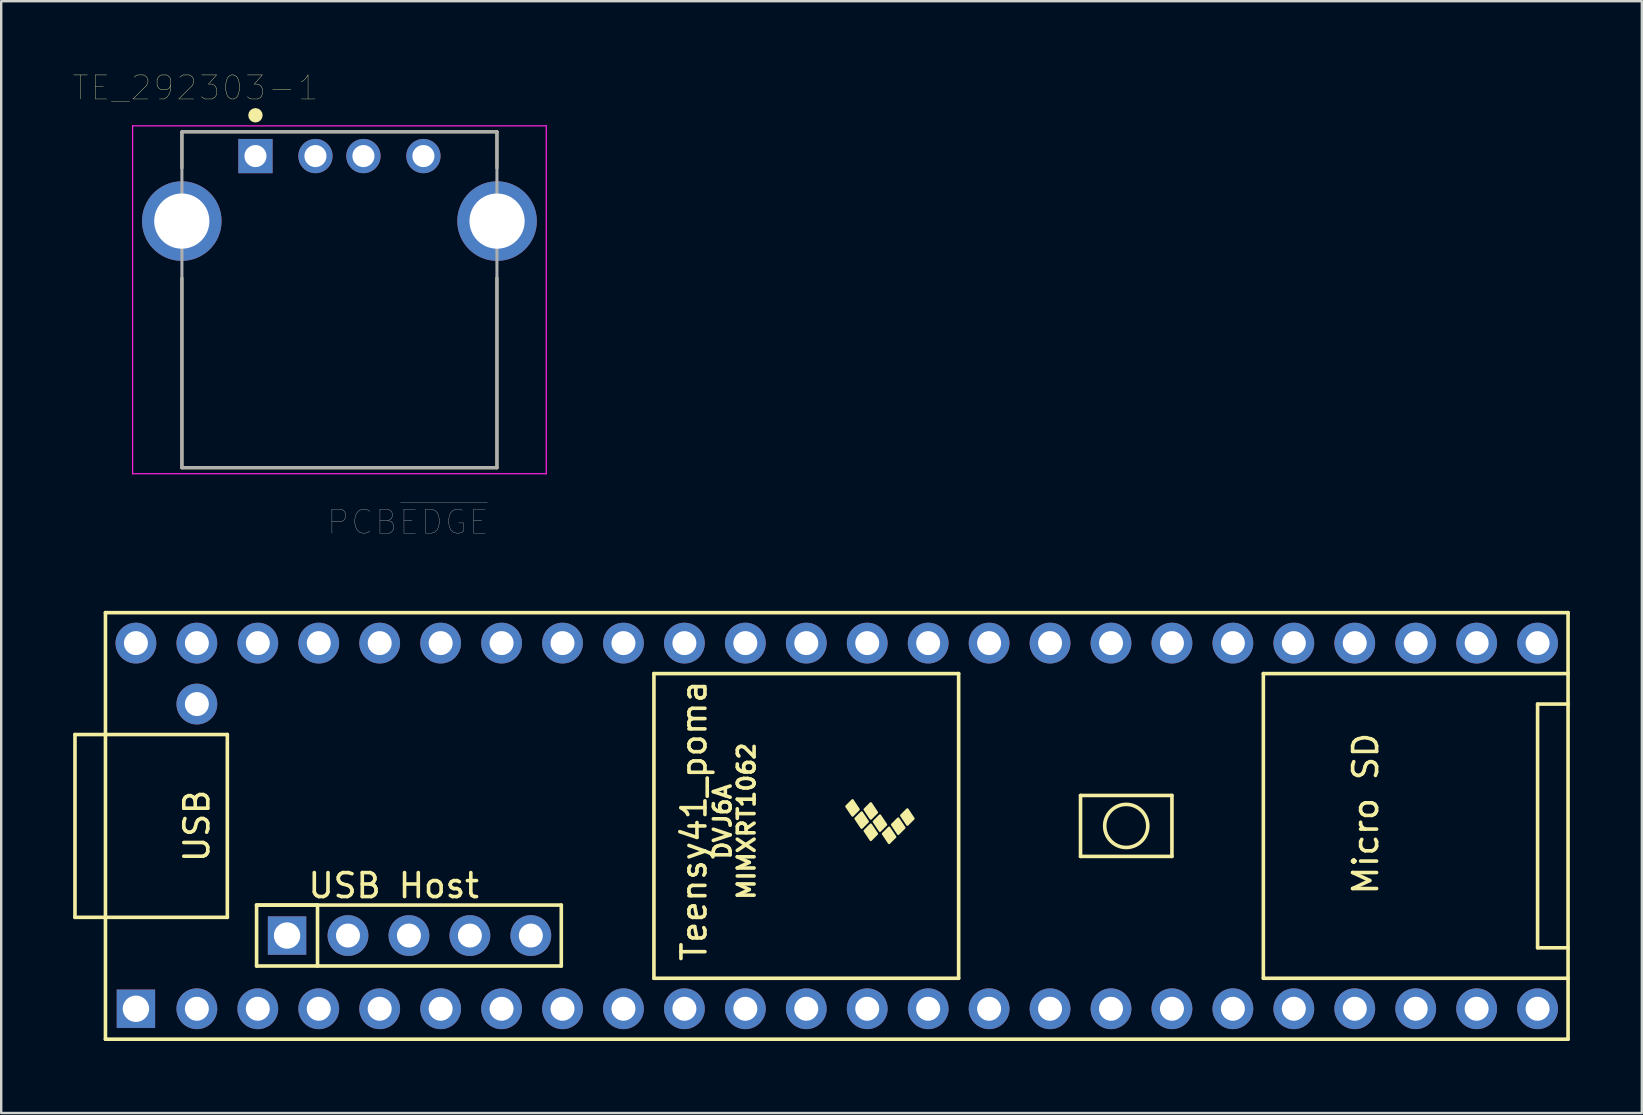
<source format=kicad_pcb>
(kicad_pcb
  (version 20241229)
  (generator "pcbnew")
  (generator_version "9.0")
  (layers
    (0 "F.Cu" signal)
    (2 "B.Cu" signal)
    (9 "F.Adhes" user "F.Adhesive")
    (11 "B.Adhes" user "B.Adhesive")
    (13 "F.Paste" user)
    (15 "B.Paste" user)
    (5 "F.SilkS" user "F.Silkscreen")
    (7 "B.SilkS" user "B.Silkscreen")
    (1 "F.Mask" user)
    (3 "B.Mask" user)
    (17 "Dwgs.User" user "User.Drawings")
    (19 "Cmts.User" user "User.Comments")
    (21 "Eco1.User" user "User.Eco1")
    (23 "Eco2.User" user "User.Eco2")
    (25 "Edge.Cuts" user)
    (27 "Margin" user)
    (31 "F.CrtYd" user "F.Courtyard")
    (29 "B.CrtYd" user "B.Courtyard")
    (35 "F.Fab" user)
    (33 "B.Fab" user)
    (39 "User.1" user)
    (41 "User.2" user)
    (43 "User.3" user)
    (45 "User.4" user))
  (footprint "Teensy41_poma"
    (layer "F.Cu")
    (at 31.825 31.374)
    (property "Reference" "Teensy41_poma" (at -5.949 -0.213 90) (layer "F.SilkS") (effects (font (size 1 1) (thickness 0.15))))
    (attr through_hole)
    (fp_line (start -31.75 -3.81) (end -30.48 -3.81) (stroke (width 0.15) (type solid)) (layer "F.SilkS"))
    (fp_line (start -31.75 3.81) (end -31.75 -3.81) (stroke (width 0.15) (type solid)) (layer "F.SilkS"))
    (fp_line (start -30.48 -8.89) (end 30.48 -8.89) (stroke (width 0.15) (type solid)) (layer "F.SilkS"))
    (fp_line (start -30.48 3.81) (end -31.75 3.81) (stroke (width 0.15) (type solid)) (layer "F.SilkS"))
    (fp_line (start -30.48 8.89) (end -30.48 -8.89) (stroke (width 0.15) (type solid)) (layer "F.SilkS"))
    (fp_line (start -25.4 -3.81) (end -30.48 -3.81) (stroke (width 0.15) (type solid)) (layer "F.SilkS"))
    (fp_line (start -25.4 3.81) (end -30.48 3.81) (stroke (width 0.15) (type solid)) (layer "F.SilkS"))
    (fp_line (start -25.4 3.81) (end -25.4 -3.81) (stroke (width 0.15) (type solid)) (layer "F.SilkS"))
    (fp_line (start -24.181 3.299) (end -21.641 3.299) (stroke (width 0.15) (type solid)) (layer "F.SilkS"))
    (fp_line (start -24.181 3.299) (end -11.481 3.299) (stroke (width 0.15) (type solid)) (layer "F.SilkS"))
    (fp_line (start -24.181 5.839) (end -24.181 3.299) (stroke (width 0.15) (type solid)) (layer "F.SilkS"))
    (fp_line (start -21.641 3.299) (end -21.641 5.839) (stroke (width 0.15) (type solid)) (layer "F.SilkS"))
    (fp_line (start -11.481 3.299) (end -11.481 5.839) (stroke (width 0.15) (type solid)) (layer "F.SilkS"))
    (fp_line (start -11.481 5.839) (end -24.181 5.839) (stroke (width 0.15) (type solid)) (layer "F.SilkS"))
    (fp_line (start -7.62 -6.35) (end -7.62 6.35) (stroke (width 0.15) (type solid)) (layer "F.SilkS"))
    (fp_line (start -7.62 6.35) (end 5.08 6.35) (stroke (width 0.15) (type solid)) (layer "F.SilkS"))
    (fp_line (start 5.08 -6.35) (end -7.62 -6.35) (stroke (width 0.15) (type solid)) (layer "F.SilkS"))
    (fp_line (start 5.08 6.35) (end 5.08 -6.35) (stroke (width 0.15) (type solid)) (layer "F.SilkS"))
    (fp_line (start 10.16 -1.27) (end 13.97 -1.27) (stroke (width 0.15) (type solid)) (layer "F.SilkS"))
    (fp_line (start 10.16 1.27) (end 10.16 -1.27) (stroke (width 0.15) (type solid)) (layer "F.SilkS"))
    (fp_line (start 13.97 -1.27) (end 13.97 1.27) (stroke (width 0.15) (type solid)) (layer "F.SilkS"))
    (fp_line (start 13.97 1.27) (end 10.16 1.27) (stroke (width 0.15) (type solid)) (layer "F.SilkS"))
    (fp_line (start 17.78 -6.35) (end 17.78 6.35) (stroke (width 0.15) (type solid)) (layer "F.SilkS"))
    (fp_line (start 17.78 6.35) (end 30.48 6.35) (stroke (width 0.15) (type solid)) (layer "F.SilkS"))
    (fp_line (start 29.21 -5.08) (end 29.21 5.08) (stroke (width 0.15) (type solid)) (layer "F.SilkS"))
    (fp_line (start 29.21 5.08) (end 30.48 5.08) (stroke (width 0.15) (type solid)) (layer "F.SilkS"))
    (fp_line (start 30.48 -8.89) (end 30.48 8.89) (stroke (width 0.15) (type solid)) (layer "F.SilkS"))
    (fp_line (start 30.48 -6.35) (end 17.78 -6.35) (stroke (width 0.15) (type solid)) (layer "F.SilkS"))
    (fp_line (start 30.48 -5.08) (end 29.21 -5.08) (stroke (width 0.15) (type solid)) (layer "F.SilkS"))
    (fp_line (start 30.48 8.89) (end -30.48 8.89) (stroke (width 0.15) (type solid)) (layer "F.SilkS"))
    (fp_circle (center 12.065 0) (end 12.7 -0.635) (stroke (width 0.15) (type solid)) (fill no) (layer "F.SilkS"))
    (fp_poly (pts (xy 0.911 -0.688) (xy 0.657 -0.434) (xy 0.403 -0.815) (xy 0.657 -1.069)) (stroke (width 0.1) (type solid)) (fill yes) (layer "F.SilkS"))
    (fp_poly (pts (xy 1.292 -0.18) (xy 1.038 0.074) (xy 0.784 -0.307) (xy 1.038 -0.561)) (stroke (width 0.1) (type solid)) (fill yes) (layer "F.SilkS"))
    (fp_poly (pts (xy 1.673 -0.561) (xy 1.419 -0.307) (xy 1.165 -0.688) (xy 1.419 -0.942)) (stroke (width 0.1) (type solid)) (fill yes) (layer "F.SilkS"))
    (fp_poly (pts (xy 1.673 0.328) (xy 1.419 0.582) (xy 1.165 0.201) (xy 1.419 -0.053)) (stroke (width 0.1) (type solid)) (fill yes) (layer "F.SilkS"))
    (fp_poly (pts (xy 2.054 -0.053) (xy 1.8 0.201) (xy 1.546 -0.18) (xy 1.8 -0.434)) (stroke (width 0.1) (type solid)) (fill yes) (layer "F.SilkS"))
    (fp_poly (pts (xy 2.435 0.455) (xy 2.181 0.709) (xy 1.927 0.328) (xy 2.181 0.074)) (stroke (width 0.1) (type solid)) (fill yes) (layer "F.SilkS"))
    (fp_poly (pts (xy 2.816 0.074) (xy 2.562 0.328) (xy 2.308 -0.053) (xy 2.562 -0.307)) (stroke (width 0.1) (type solid)) (fill yes) (layer "F.SilkS"))
    (fp_poly (pts (xy 3.197 -0.307) (xy 2.943 -0.053) (xy 2.689 -0.434) (xy 2.943 -0.688)) (stroke (width 0.1) (type solid)) (fill yes) (layer "F.SilkS"))
    (fp_text user "Micro SD" (at 22.045 -0.511 270) (layer "F.SilkS") (effects (font (size 1 1) (thickness 0.15))))
    (fp_text user "DVJ6A" (at -4.76 -0.18 90) (layer "F.SilkS") (effects (font (size 0.7 0.7) (thickness 0.15))))
    (fp_text user "MIMXRT1062" (at -3.762 -0.198 90) (layer "F.SilkS") (effects (font (size 0.7 0.7) (thickness 0.15))))
    (fp_text user "USB" (at -26.67 0 90) (layer "F.SilkS") (effects (font (size 1 1) (thickness 0.15))))
    (fp_text user "USB Host" (at -18.466 2.489 0) (layer "F.SilkS") (effects (font (size 1 1) (thickness 0.15))))
    (pad "1" thru_hole rect (at -29.21 7.62) (size 1.6 1.6) (drill 1.1) (layers "*.Cu" "*.Mask"))
    (pad "2" thru_hole circle (at -26.67 7.62) (size 1.7 1.7) (drill 1) (layers "*.Cu" "*.Mask"))
    (pad "3" thru_hole circle (at -24.13 7.62) (size 1.7 1.7) (drill 1) (layers "*.Cu" "*.Mask"))
    (pad "4" thru_hole circle (at -21.59 7.62) (size 1.7 1.7) (drill 1) (layers "*.Cu" "*.Mask"))
    (pad "5" thru_hole circle (at -19.05 7.62) (size 1.7 1.7) (drill 1) (layers "*.Cu" "*.Mask"))
    (pad "6" thru_hole circle (at -16.51 7.62) (size 1.7 1.7) (drill 1) (layers "*.Cu" "*.Mask"))
    (pad "7" thru_hole circle (at -13.97 7.62) (size 1.7 1.7) (drill 1) (layers "*.Cu" "*.Mask"))
    (pad "8" thru_hole circle (at -11.43 7.62) (size 1.7 1.7) (drill 1) (layers "*.Cu" "*.Mask"))
    (pad "9" thru_hole circle (at -8.89 7.62) (size 1.7 1.7) (drill 1) (layers "*.Cu" "*.Mask"))
    (pad "10" thru_hole circle (at -6.35 7.62) (size 1.7 1.7) (drill 1) (layers "*.Cu" "*.Mask"))
    (pad "11" thru_hole circle (at -3.81 7.62) (size 1.7 1.7) (drill 1) (layers "*.Cu" "*.Mask"))
    (pad "12" thru_hole circle (at -1.27 7.62) (size 1.7 1.7) (drill 1) (layers "*.Cu" "*.Mask"))
    (pad "13" thru_hole circle (at 1.27 7.62) (size 1.7 1.7) (drill 1) (layers "*.Cu" "*.Mask"))
    (pad "14" thru_hole circle (at 3.81 7.62) (size 1.7 1.7) (drill 1) (layers "*.Cu" "*.Mask"))
    (pad "15" thru_hole circle (at 6.35 7.62) (size 1.7 1.7) (drill 1) (layers "*.Cu" "*.Mask"))
    (pad "16" thru_hole circle (at 8.89 7.62) (size 1.7 1.7) (drill 1) (layers "*.Cu" "*.Mask"))
    (pad "17" thru_hole circle (at 11.43 7.62) (size 1.7 1.7) (drill 1) (layers "*.Cu" "*.Mask"))
    (pad "18" thru_hole circle (at 13.97 7.62) (size 1.7 1.7) (drill 1) (layers "*.Cu" "*.Mask"))
    (pad "19" thru_hole circle (at 16.51 7.62) (size 1.7 1.7) (drill 1) (layers "*.Cu" "*.Mask"))
    (pad "20" thru_hole circle (at 19.05 7.62) (size 1.7 1.7) (drill 1) (layers "*.Cu" "*.Mask"))
    (pad "21" thru_hole circle (at 21.59 7.62) (size 1.7 1.7) (drill 1) (layers "*.Cu" "*.Mask"))
    (pad "22" thru_hole circle (at 24.13 7.62) (size 1.7 1.7) (drill 1) (layers "*.Cu" "*.Mask"))
    (pad "23" thru_hole circle (at 26.67 7.62) (size 1.7 1.7) (drill 1) (layers "*.Cu" "*.Mask"))
    (pad "24" thru_hole circle (at 29.21 7.62) (size 1.7 1.7) (drill 1) (layers "*.Cu" "*.Mask"))
    (pad "25" thru_hole circle (at 29.21 -7.62) (size 1.7 1.7) (drill 1) (layers "*.Cu" "*.Mask"))
    (pad "26" thru_hole circle (at 26.67 -7.62) (size 1.7 1.7) (drill 1) (layers "*.Cu" "*.Mask"))
    (pad "27" thru_hole circle (at 24.13 -7.62) (size 1.7 1.7) (drill 1) (layers "*.Cu" "*.Mask"))
    (pad "28" thru_hole circle (at 21.59 -7.62) (size 1.7 1.7) (drill 1) (layers "*.Cu" "*.Mask"))
    (pad "29" thru_hole circle (at 19.05 -7.62) (size 1.7 1.7) (drill 1) (layers "*.Cu" "*.Mask"))
    (pad "30" thru_hole circle (at 16.51 -7.62) (size 1.7 1.7) (drill 1) (layers "*.Cu" "*.Mask"))
    (pad "31" thru_hole circle (at 13.97 -7.62) (size 1.7 1.7) (drill 1) (layers "*.Cu" "*.Mask"))
    (pad "32" thru_hole circle (at 11.43 -7.62) (size 1.7 1.7) (drill 1) (layers "*.Cu" "*.Mask"))
    (pad "33" thru_hole circle (at 8.89 -7.62) (size 1.7 1.7) (drill 1) (layers "*.Cu" "*.Mask"))
    (pad "34" thru_hole circle (at 6.35 -7.62) (size 1.7 1.7) (drill 1) (layers "*.Cu" "*.Mask"))
    (pad "35" thru_hole circle (at 3.81 -7.62) (size 1.7 1.7) (drill 1) (layers "*.Cu" "*.Mask"))
    (pad "36" thru_hole circle (at 1.27 -7.62) (size 1.7 1.7) (drill 1) (layers "*.Cu" "*.Mask"))
    (pad "37" thru_hole circle (at -1.27 -7.62) (size 1.7 1.7) (drill 1) (layers "*.Cu" "*.Mask"))
    (pad "38" thru_hole circle (at -3.81 -7.62) (size 1.7 1.7) (drill 1) (layers "*.Cu" "*.Mask"))
    (pad "39" thru_hole circle (at -6.35 -7.62) (size 1.7 1.7) (drill 1) (layers "*.Cu" "*.Mask"))
    (pad "40" thru_hole circle (at -8.89 -7.62) (size 1.7 1.7) (drill 1) (layers "*.Cu" "*.Mask"))
    (pad "41" thru_hole circle (at -11.43 -7.62) (size 1.7 1.7) (drill 1) (layers "*.Cu" "*.Mask"))
    (pad "42" thru_hole circle (at -13.97 -7.62) (size 1.7 1.7) (drill 1) (layers "*.Cu" "*.Mask"))
    (pad "43" thru_hole circle (at -16.51 -7.62) (size 1.7 1.7) (drill 1) (layers "*.Cu" "*.Mask"))
    (pad "44" thru_hole circle (at -19.05 -7.62) (size 1.7 1.7) (drill 1) (layers "*.Cu" "*.Mask"))
    (pad "45" thru_hole circle (at -21.59 -7.62) (size 1.7 1.7) (drill 1) (layers "*.Cu" "*.Mask"))
    (pad "46" thru_hole circle (at -24.13 -7.62) (size 1.7 1.7) (drill 1) (layers "*.Cu" "*.Mask"))
    (pad "47" thru_hole circle (at -26.67 -7.62) (size 1.7 1.7) (drill 1) (layers "*.Cu" "*.Mask"))
    (pad "48" thru_hole circle (at -29.21 -7.62) (size 1.7 1.7) (drill 1) (layers "*.Cu" "*.Mask"))
    (pad "49" thru_hole circle (at -26.67 -5.08) (size 1.7 1.7) (drill 1) (layers "*.Cu" "*.Mask"))
    (pad "55" thru_hole rect (at -22.911 4.569) (size 1.6 1.6) (drill 1.1) (layers "*.Cu" "*.Mask"))
    (pad "56" thru_hole circle (at -20.371 4.569) (size 1.7 1.7) (drill 1) (layers "*.Cu" "*.Mask"))
    (pad "57" thru_hole circle (at -17.831 4.569) (size 1.7 1.7) (drill 1) (layers "*.Cu" "*.Mask"))
    (pad "58" thru_hole circle (at -15.291 4.569) (size 1.7 1.7) (drill 1) (layers "*.Cu" "*.Mask"))
    (pad "59" thru_hole circle (at -12.751 4.569) (size 1.7 1.7) (drill 1) (layers "*.Cu" "*.Mask")))
  (footprint "TE_292303-1"
    (layer "F.Cu")
    (at 7.597 3.455)
    (property "Reference" "TE_292303-1" (at -2.503 -2.843 0) (layer "F.SilkS") (effects (font (size 1.001 1.001) (thickness 0.015))))
    (attr through_hole)
    (fp_line (start -3.065 -1.01) (end 10.065 -1.01) (stroke (width 0.127) (type solid)) (layer "F.SilkS"))
    (fp_line (start -3.065 0.5) (end -3.065 -1.01) (stroke (width 0.127) (type solid)) (layer "F.SilkS"))
    (fp_line (start -3.065 12.99) (end -3.065 5.08) (stroke (width 0.127) (type solid)) (layer "F.SilkS"))
    (fp_line (start 10.065 -1.01) (end 10.065 0.5) (stroke (width 0.127) (type solid)) (layer "F.SilkS"))
    (fp_line (start 10.065 5.08) (end 10.065 12.99) (stroke (width 0.127) (type solid)) (layer "F.SilkS"))
    (fp_line (start 10.065 12.99) (end -3.065 12.99) (stroke (width 0.127) (type solid)) (layer "F.SilkS"))
    (fp_circle (center 0 -1.7) (end 0.15 -1.7) (stroke (width 0.3) (type solid)) (fill no) (layer "F.SilkS"))
    (fp_line (start -5.12 -1.26) (end 12.12 -1.26) (stroke (width 0.05) (type solid)) (layer "F.CrtYd"))
    (fp_line (start -5.12 13.24) (end -5.12 -1.26) (stroke (width 0.05) (type solid)) (layer "F.CrtYd"))
    (fp_line (start 12.12 -1.26) (end 12.12 13.24) (stroke (width 0.05) (type solid)) (layer "F.CrtYd"))
    (fp_line (start 12.12 13.24) (end -5.12 13.24) (stroke (width 0.05) (type solid)) (layer "F.CrtYd"))
    (fp_line (start -3.065 -1.01) (end -3.065 12.99) (stroke (width 0.127) (type solid)) (layer "F.Fab"))
    (fp_line (start -3.065 12.99) (end 10.065 12.99) (stroke (width 0.127) (type solid)) (layer "F.Fab"))
    (fp_line (start 10.065 -1.01) (end -3.065 -1.01) (stroke (width 0.127) (type solid)) (layer "F.Fab"))
    (fp_line (start 10.065 12.99) (end 10.065 -1.01) (stroke (width 0.127) (type solid)) (layer "F.Fab"))
    (fp_circle (center 0 0) (end 0.15 0) (stroke (width 0.3) (type solid)) (fill no) (layer "F.Fab"))
    (fp_text user "PCB~{EDGE}" (at 6.356 15.255 0) (layer "F.Fab") (effects (font (size 1.001 1.001) (thickness 0.015))))
    (pad "1" thru_hole rect (at 0 0) (size 1.428 1.428) (drill 0.92) (layers "*.Cu" "*.Mask"))
    (pad "2" thru_hole circle (at 2.5 0) (size 1.428 1.428) (drill 0.92) (layers "*.Cu" "*.Mask"))
    (pad "3" thru_hole circle (at 4.5 0) (size 1.428 1.428) (drill 0.92) (layers "*.Cu" "*.Mask"))
    (pad "4" thru_hole circle (at 7 0) (size 1.428 1.428) (drill 0.92) (layers "*.Cu" "*.Mask"))
    (pad "SH1" thru_hole circle (at -3.07 2.71) (size 3.316 3.316) (drill 2.3) (layers "*.Cu" "*.Mask"))
    (pad "SH2" thru_hole circle (at 10.07 2.71) (size 3.316 3.316) (drill 2.3) (layers "*.Cu" "*.Mask")))
  (gr_rect
    (start -3 -3)
    (end 65.38 43.339)
    (stroke (width 0.1) (type default))
    (fill no)
    (layer "Edge.Cuts")))
</source>
